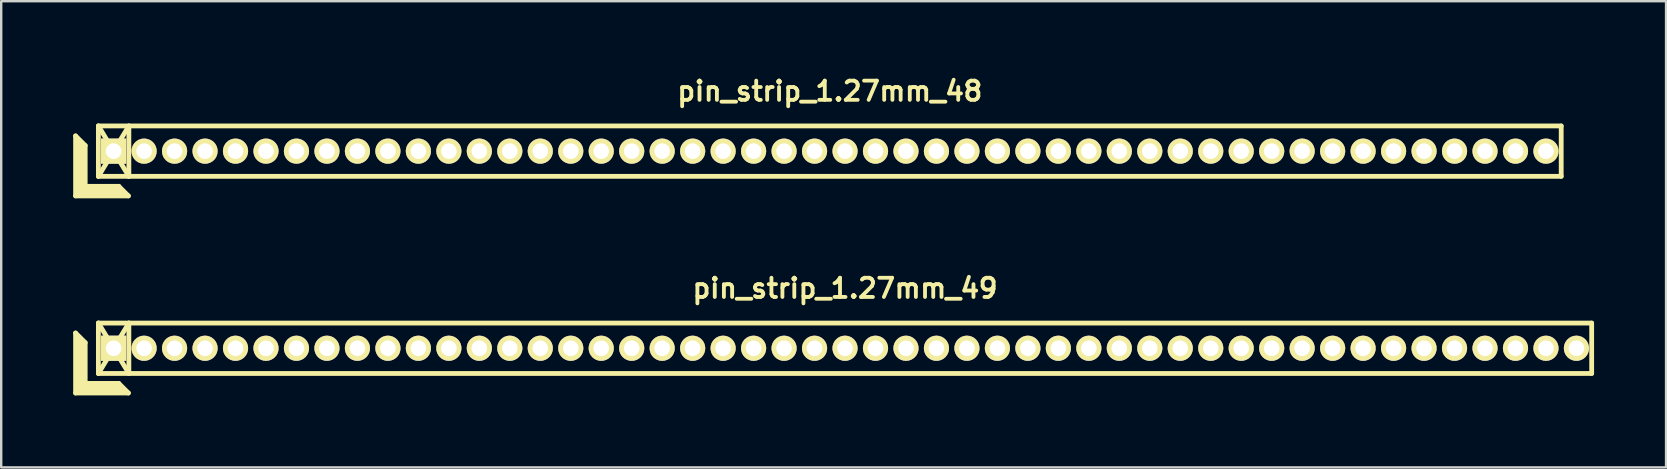
<source format=kicad_pcb>
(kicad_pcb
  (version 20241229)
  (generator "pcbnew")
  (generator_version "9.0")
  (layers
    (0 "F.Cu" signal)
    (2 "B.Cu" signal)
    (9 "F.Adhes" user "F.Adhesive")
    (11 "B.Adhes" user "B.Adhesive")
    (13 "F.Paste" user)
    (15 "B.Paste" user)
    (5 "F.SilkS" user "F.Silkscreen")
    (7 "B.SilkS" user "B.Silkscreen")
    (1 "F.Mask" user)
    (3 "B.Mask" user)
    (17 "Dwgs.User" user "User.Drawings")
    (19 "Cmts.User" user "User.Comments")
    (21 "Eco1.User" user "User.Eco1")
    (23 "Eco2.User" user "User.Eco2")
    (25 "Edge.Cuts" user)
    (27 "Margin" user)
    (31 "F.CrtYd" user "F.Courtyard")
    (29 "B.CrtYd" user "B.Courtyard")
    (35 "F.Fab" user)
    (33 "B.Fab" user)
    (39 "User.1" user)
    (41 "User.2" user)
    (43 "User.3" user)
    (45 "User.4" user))
  (footprint "pin_strip_1.27mm_49"
    (layer "F.Cu")
    (at 32.165 11.463)
    (property "Reference" "pin_strip_1.27mm_49" (at 0 -2.5 0) (layer "F.SilkS") (effects (font (size 0.8 0.8) (thickness 0.16))))
    (attr through_hole)
    (fp_line (start -32.065 -0.635) (end -32.065 1.865) (stroke (width 0.2) (type solid)) (layer "F.SilkS"))
    (fp_line (start -32.065 -0.635) (end -31.665 -0.235) (stroke (width 0.2) (type solid)) (layer "F.SilkS"))
    (fp_line (start -32.065 1.865) (end -29.865 1.865) (stroke (width 0.2) (type solid)) (layer "F.SilkS"))
    (fp_line (start -31.965 1.765) (end -31.965 -0.435) (stroke (width 0.2) (type solid)) (layer "F.SilkS"))
    (fp_line (start -31.965 1.765) (end -30.065 1.765) (stroke (width 0.2) (type solid)) (layer "F.SilkS"))
    (fp_line (start -31.865 1.665) (end -31.865 -0.335) (stroke (width 0.2) (type solid)) (layer "F.SilkS"))
    (fp_line (start -31.865 1.665) (end -30.165 1.665) (stroke (width 0.2) (type solid)) (layer "F.SilkS"))
    (fp_line (start -31.765 1.565) (end -31.765 -0.235) (stroke (width 0.2) (type solid)) (layer "F.SilkS"))
    (fp_line (start -31.765 1.565) (end -30.265 1.565) (stroke (width 0.2) (type solid)) (layer "F.SilkS"))
    (fp_line (start -31.665 1.465) (end -31.665 -0.235) (stroke (width 0.2) (type solid)) (layer "F.SilkS"))
    (fp_line (start -31.665 1.465) (end -30.265 1.465) (stroke (width 0.2) (type solid)) (layer "F.SilkS"))
    (fp_line (start -31.115 -1.05) (end -29.845 1.05) (stroke (width 0.2) (type solid)) (layer "F.SilkS"))
    (fp_line (start -31.115 -1.05) (end 31.115 -1.05) (stroke (width 0.2) (type solid)) (layer "F.SilkS"))
    (fp_line (start -31.115 1.05) (end -31.115 -1.05) (stroke (width 0.2) (type solid)) (layer "F.SilkS"))
    (fp_line (start -31.115 1.05) (end -29.845 -1.05) (stroke (width 0.2) (type solid)) (layer "F.SilkS"))
    (fp_line (start -30.265 1.465) (end -29.865 1.865) (stroke (width 0.2) (type solid)) (layer "F.SilkS"))
    (fp_line (start -29.845 -1.05) (end -29.845 1.05) (stroke (width 0.2) (type solid)) (layer "F.SilkS"))
    (fp_line (start 31.115 -1.05) (end 31.115 1.05) (stroke (width 0.2) (type solid)) (layer "F.SilkS"))
    (fp_line (start 31.115 1.05) (end -31.115 1.05) (stroke (width 0.2) (type solid)) (layer "F.SilkS"))
    (pad "1" thru_hole rect (at -30.48 0) (size 1.05 1.05) (drill 0.65) (layers "*.Cu" "*.Mask" "F.SilkS"))
    (pad "2" thru_hole oval (at -29.21 0) (size 1.05 1.05) (drill 0.65) (layers "*.Cu" "*.Mask" "F.SilkS"))
    (pad "3" thru_hole oval (at -27.94 0) (size 1.05 1.05) (drill 0.65) (layers "*.Cu" "*.Mask" "F.SilkS"))
    (pad "4" thru_hole oval (at -26.67 0) (size 1.05 1.05) (drill 0.65) (layers "*.Cu" "*.Mask" "F.SilkS"))
    (pad "5" thru_hole oval (at -25.4 0) (size 1.05 1.05) (drill 0.65) (layers "*.Cu" "*.Mask" "F.SilkS"))
    (pad "6" thru_hole oval (at -24.13 0) (size 1.05 1.05) (drill 0.65) (layers "*.Cu" "*.Mask" "F.SilkS"))
    (pad "7" thru_hole oval (at -22.86 0) (size 1.05 1.05) (drill 0.65) (layers "*.Cu" "*.Mask" "F.SilkS"))
    (pad "8" thru_hole oval (at -21.59 0) (size 1.05 1.05) (drill 0.65) (layers "*.Cu" "*.Mask" "F.SilkS"))
    (pad "9" thru_hole oval (at -20.32 0) (size 1.05 1.05) (drill 0.65) (layers "*.Cu" "*.Mask" "F.SilkS"))
    (pad "10" thru_hole oval (at -19.05 0) (size 1.05 1.05) (drill 0.65) (layers "*.Cu" "*.Mask" "F.SilkS"))
    (pad "11" thru_hole oval (at -17.78 0) (size 1.05 1.05) (drill 0.65) (layers "*.Cu" "*.Mask" "F.SilkS"))
    (pad "12" thru_hole oval (at -16.51 0) (size 1.05 1.05) (drill 0.65) (layers "*.Cu" "*.Mask" "F.SilkS"))
    (pad "13" thru_hole oval (at -15.24 0) (size 1.05 1.05) (drill 0.65) (layers "*.Cu" "*.Mask" "F.SilkS"))
    (pad "14" thru_hole oval (at -13.97 0) (size 1.05 1.05) (drill 0.65) (layers "*.Cu" "*.Mask" "F.SilkS"))
    (pad "15" thru_hole oval (at -12.7 0) (size 1.05 1.05) (drill 0.65) (layers "*.Cu" "*.Mask" "F.SilkS"))
    (pad "16" thru_hole oval (at -11.43 0) (size 1.05 1.05) (drill 0.65) (layers "*.Cu" "*.Mask" "F.SilkS"))
    (pad "17" thru_hole oval (at -10.16 0) (size 1.05 1.05) (drill 0.65) (layers "*.Cu" "*.Mask" "F.SilkS"))
    (pad "18" thru_hole oval (at -8.89 0) (size 1.05 1.05) (drill 0.65) (layers "*.Cu" "*.Mask" "F.SilkS"))
    (pad "19" thru_hole oval (at -7.62 0) (size 1.05 1.05) (drill 0.65) (layers "*.Cu" "*.Mask" "F.SilkS"))
    (pad "20" thru_hole oval (at -6.35 0) (size 1.05 1.05) (drill 0.65) (layers "*.Cu" "*.Mask" "F.SilkS"))
    (pad "21" thru_hole oval (at -5.08 0) (size 1.05 1.05) (drill 0.65) (layers "*.Cu" "*.Mask" "F.SilkS"))
    (pad "22" thru_hole oval (at -3.81 0) (size 1.05 1.05) (drill 0.65) (layers "*.Cu" "*.Mask" "F.SilkS"))
    (pad "23" thru_hole oval (at -2.54 0) (size 1.05 1.05) (drill 0.65) (layers "*.Cu" "*.Mask" "F.SilkS"))
    (pad "24" thru_hole oval (at -1.27 0) (size 1.05 1.05) (drill 0.65) (layers "*.Cu" "*.Mask" "F.SilkS"))
    (pad "25" thru_hole oval (at 0 0) (size 1.05 1.05) (drill 0.65) (layers "*.Cu" "*.Mask" "F.SilkS"))
    (pad "26" thru_hole oval (at 1.27 0) (size 1.05 1.05) (drill 0.65) (layers "*.Cu" "*.Mask" "F.SilkS"))
    (pad "27" thru_hole oval (at 2.54 0) (size 1.05 1.05) (drill 0.65) (layers "*.Cu" "*.Mask" "F.SilkS"))
    (pad "28" thru_hole oval (at 3.81 0) (size 1.05 1.05) (drill 0.65) (layers "*.Cu" "*.Mask" "F.SilkS"))
    (pad "29" thru_hole oval (at 5.08 0) (size 1.05 1.05) (drill 0.65) (layers "*.Cu" "*.Mask" "F.SilkS"))
    (pad "30" thru_hole oval (at 6.35 0) (size 1.05 1.05) (drill 0.65) (layers "*.Cu" "*.Mask" "F.SilkS"))
    (pad "31" thru_hole oval (at 7.62 0) (size 1.05 1.05) (drill 0.65) (layers "*.Cu" "*.Mask" "F.SilkS"))
    (pad "32" thru_hole oval (at 8.89 0) (size 1.05 1.05) (drill 0.65) (layers "*.Cu" "*.Mask" "F.SilkS"))
    (pad "33" thru_hole oval (at 10.16 0) (size 1.05 1.05) (drill 0.65) (layers "*.Cu" "*.Mask" "F.SilkS"))
    (pad "34" thru_hole oval (at 11.43 0) (size 1.05 1.05) (drill 0.65) (layers "*.Cu" "*.Mask" "F.SilkS"))
    (pad "35" thru_hole oval (at 12.7 0) (size 1.05 1.05) (drill 0.65) (layers "*.Cu" "*.Mask" "F.SilkS"))
    (pad "36" thru_hole oval (at 13.97 0) (size 1.05 1.05) (drill 0.65) (layers "*.Cu" "*.Mask" "F.SilkS"))
    (pad "37" thru_hole oval (at 15.24 0) (size 1.05 1.05) (drill 0.65) (layers "*.Cu" "*.Mask" "F.SilkS"))
    (pad "38" thru_hole oval (at 16.51 0) (size 1.05 1.05) (drill 0.65) (layers "*.Cu" "*.Mask" "F.SilkS"))
    (pad "39" thru_hole oval (at 17.78 0) (size 1.05 1.05) (drill 0.65) (layers "*.Cu" "*.Mask" "F.SilkS"))
    (pad "40" thru_hole oval (at 19.05 0) (size 1.05 1.05) (drill 0.65) (layers "*.Cu" "*.Mask" "F.SilkS"))
    (pad "41" thru_hole oval (at 20.32 0) (size 1.05 1.05) (drill 0.65) (layers "*.Cu" "*.Mask" "F.SilkS"))
    (pad "42" thru_hole oval (at 21.59 0) (size 1.05 1.05) (drill 0.65) (layers "*.Cu" "*.Mask" "F.SilkS"))
    (pad "43" thru_hole oval (at 22.86 0) (size 1.05 1.05) (drill 0.65) (layers "*.Cu" "*.Mask" "F.SilkS"))
    (pad "44" thru_hole oval (at 24.13 0) (size 1.05 1.05) (drill 0.65) (layers "*.Cu" "*.Mask" "F.SilkS"))
    (pad "45" thru_hole oval (at 25.4 0) (size 1.05 1.05) (drill 0.65) (layers "*.Cu" "*.Mask" "F.SilkS"))
    (pad "46" thru_hole oval (at 26.67 0) (size 1.05 1.05) (drill 0.65) (layers "*.Cu" "*.Mask" "F.SilkS"))
    (pad "47" thru_hole oval (at 27.94 0) (size 1.05 1.05) (drill 0.65) (layers "*.Cu" "*.Mask" "F.SilkS"))
    (pad "48" thru_hole oval (at 29.21 0) (size 1.05 1.05) (drill 0.65) (layers "*.Cu" "*.Mask" "F.SilkS"))
    (pad "49" thru_hole oval (at 30.48 0) (size 1.05 1.05) (drill 0.65) (layers "*.Cu" "*.Mask" "F.SilkS")))
  (footprint "pin_strip_1.27mm_48"
    (layer "F.Cu")
    (at 31.53 3.249)
    (property "Reference" "pin_strip_1.27mm_48" (at 0 -2.5 0) (layer "F.SilkS") (effects (font (size 0.8 0.8) (thickness 0.16))))
    (attr through_hole)
    (fp_line (start -31.43 -0.635) (end -31.43 1.865) (stroke (width 0.2) (type solid)) (layer "F.SilkS"))
    (fp_line (start -31.43 -0.635) (end -31.03 -0.235) (stroke (width 0.2) (type solid)) (layer "F.SilkS"))
    (fp_line (start -31.43 1.865) (end -29.23 1.865) (stroke (width 0.2) (type solid)) (layer "F.SilkS"))
    (fp_line (start -31.33 1.765) (end -31.33 -0.435) (stroke (width 0.2) (type solid)) (layer "F.SilkS"))
    (fp_line (start -31.33 1.765) (end -29.43 1.765) (stroke (width 0.2) (type solid)) (layer "F.SilkS"))
    (fp_line (start -31.23 1.665) (end -31.23 -0.335) (stroke (width 0.2) (type solid)) (layer "F.SilkS"))
    (fp_line (start -31.23 1.665) (end -29.53 1.665) (stroke (width 0.2) (type solid)) (layer "F.SilkS"))
    (fp_line (start -31.13 1.565) (end -31.13 -0.235) (stroke (width 0.2) (type solid)) (layer "F.SilkS"))
    (fp_line (start -31.13 1.565) (end -29.63 1.565) (stroke (width 0.2) (type solid)) (layer "F.SilkS"))
    (fp_line (start -31.03 1.465) (end -31.03 -0.235) (stroke (width 0.2) (type solid)) (layer "F.SilkS"))
    (fp_line (start -31.03 1.465) (end -29.63 1.465) (stroke (width 0.2) (type solid)) (layer "F.SilkS"))
    (fp_line (start -30.48 -1.05) (end -29.21 1.05) (stroke (width 0.2) (type solid)) (layer "F.SilkS"))
    (fp_line (start -30.48 -1.05) (end 30.48 -1.05) (stroke (width 0.2) (type solid)) (layer "F.SilkS"))
    (fp_line (start -30.48 1.05) (end -30.48 -1.05) (stroke (width 0.2) (type solid)) (layer "F.SilkS"))
    (fp_line (start -30.48 1.05) (end -29.21 -1.05) (stroke (width 0.2) (type solid)) (layer "F.SilkS"))
    (fp_line (start -29.63 1.465) (end -29.23 1.865) (stroke (width 0.2) (type solid)) (layer "F.SilkS"))
    (fp_line (start -29.21 -1.05) (end -29.21 1.05) (stroke (width 0.2) (type solid)) (layer "F.SilkS"))
    (fp_line (start 30.48 -1.05) (end 30.48 1.05) (stroke (width 0.2) (type solid)) (layer "F.SilkS"))
    (fp_line (start 30.48 1.05) (end -30.48 1.05) (stroke (width 0.2) (type solid)) (layer "F.SilkS"))
    (pad "1" thru_hole rect (at -29.845 0) (size 1.05 1.05) (drill 0.65) (layers "*.Cu" "*.Mask" "F.SilkS"))
    (pad "2" thru_hole oval (at -28.575 0) (size 1.05 1.05) (drill 0.65) (layers "*.Cu" "*.Mask" "F.SilkS"))
    (pad "3" thru_hole oval (at -27.305 0) (size 1.05 1.05) (drill 0.65) (layers "*.Cu" "*.Mask" "F.SilkS"))
    (pad "4" thru_hole oval (at -26.035 0) (size 1.05 1.05) (drill 0.65) (layers "*.Cu" "*.Mask" "F.SilkS"))
    (pad "5" thru_hole oval (at -24.765 0) (size 1.05 1.05) (drill 0.65) (layers "*.Cu" "*.Mask" "F.SilkS"))
    (pad "6" thru_hole oval (at -23.495 0) (size 1.05 1.05) (drill 0.65) (layers "*.Cu" "*.Mask" "F.SilkS"))
    (pad "7" thru_hole oval (at -22.225 0) (size 1.05 1.05) (drill 0.65) (layers "*.Cu" "*.Mask" "F.SilkS"))
    (pad "8" thru_hole oval (at -20.955 0) (size 1.05 1.05) (drill 0.65) (layers "*.Cu" "*.Mask" "F.SilkS"))
    (pad "9" thru_hole oval (at -19.685 0) (size 1.05 1.05) (drill 0.65) (layers "*.Cu" "*.Mask" "F.SilkS"))
    (pad "10" thru_hole oval (at -18.415 0) (size 1.05 1.05) (drill 0.65) (layers "*.Cu" "*.Mask" "F.SilkS"))
    (pad "11" thru_hole oval (at -17.145 0) (size 1.05 1.05) (drill 0.65) (layers "*.Cu" "*.Mask" "F.SilkS"))
    (pad "12" thru_hole oval (at -15.875 0) (size 1.05 1.05) (drill 0.65) (layers "*.Cu" "*.Mask" "F.SilkS"))
    (pad "13" thru_hole oval (at -14.605 0) (size 1.05 1.05) (drill 0.65) (layers "*.Cu" "*.Mask" "F.SilkS"))
    (pad "14" thru_hole oval (at -13.335 0) (size 1.05 1.05) (drill 0.65) (layers "*.Cu" "*.Mask" "F.SilkS"))
    (pad "15" thru_hole oval (at -12.065 0) (size 1.05 1.05) (drill 0.65) (layers "*.Cu" "*.Mask" "F.SilkS"))
    (pad "16" thru_hole oval (at -10.795 0) (size 1.05 1.05) (drill 0.65) (layers "*.Cu" "*.Mask" "F.SilkS"))
    (pad "17" thru_hole oval (at -9.525 0) (size 1.05 1.05) (drill 0.65) (layers "*.Cu" "*.Mask" "F.SilkS"))
    (pad "18" thru_hole oval (at -8.255 0) (size 1.05 1.05) (drill 0.65) (layers "*.Cu" "*.Mask" "F.SilkS"))
    (pad "19" thru_hole oval (at -6.985 0) (size 1.05 1.05) (drill 0.65) (layers "*.Cu" "*.Mask" "F.SilkS"))
    (pad "20" thru_hole oval (at -5.715 0) (size 1.05 1.05) (drill 0.65) (layers "*.Cu" "*.Mask" "F.SilkS"))
    (pad "21" thru_hole oval (at -4.445 0) (size 1.05 1.05) (drill 0.65) (layers "*.Cu" "*.Mask" "F.SilkS"))
    (pad "22" thru_hole oval (at -3.175 0) (size 1.05 1.05) (drill 0.65) (layers "*.Cu" "*.Mask" "F.SilkS"))
    (pad "23" thru_hole oval (at -1.905 0) (size 1.05 1.05) (drill 0.65) (layers "*.Cu" "*.Mask" "F.SilkS"))
    (pad "24" thru_hole oval (at -0.635 0) (size 1.05 1.05) (drill 0.65) (layers "*.Cu" "*.Mask" "F.SilkS"))
    (pad "25" thru_hole oval (at 0.635 0) (size 1.05 1.05) (drill 0.65) (layers "*.Cu" "*.Mask" "F.SilkS"))
    (pad "26" thru_hole oval (at 1.905 0) (size 1.05 1.05) (drill 0.65) (layers "*.Cu" "*.Mask" "F.SilkS"))
    (pad "27" thru_hole oval (at 3.175 0) (size 1.05 1.05) (drill 0.65) (layers "*.Cu" "*.Mask" "F.SilkS"))
    (pad "28" thru_hole oval (at 4.445 0) (size 1.05 1.05) (drill 0.65) (layers "*.Cu" "*.Mask" "F.SilkS"))
    (pad "29" thru_hole oval (at 5.715 0) (size 1.05 1.05) (drill 0.65) (layers "*.Cu" "*.Mask" "F.SilkS"))
    (pad "30" thru_hole oval (at 6.985 0) (size 1.05 1.05) (drill 0.65) (layers "*.Cu" "*.Mask" "F.SilkS"))
    (pad "31" thru_hole oval (at 8.255 0) (size 1.05 1.05) (drill 0.65) (layers "*.Cu" "*.Mask" "F.SilkS"))
    (pad "32" thru_hole oval (at 9.525 0) (size 1.05 1.05) (drill 0.65) (layers "*.Cu" "*.Mask" "F.SilkS"))
    (pad "33" thru_hole oval (at 10.795 0) (size 1.05 1.05) (drill 0.65) (layers "*.Cu" "*.Mask" "F.SilkS"))
    (pad "34" thru_hole oval (at 12.065 0) (size 1.05 1.05) (drill 0.65) (layers "*.Cu" "*.Mask" "F.SilkS"))
    (pad "35" thru_hole oval (at 13.335 0) (size 1.05 1.05) (drill 0.65) (layers "*.Cu" "*.Mask" "F.SilkS"))
    (pad "36" thru_hole oval (at 14.605 0) (size 1.05 1.05) (drill 0.65) (layers "*.Cu" "*.Mask" "F.SilkS"))
    (pad "37" thru_hole oval (at 15.875 0) (size 1.05 1.05) (drill 0.65) (layers "*.Cu" "*.Mask" "F.SilkS"))
    (pad "38" thru_hole oval (at 17.145 0) (size 1.05 1.05) (drill 0.65) (layers "*.Cu" "*.Mask" "F.SilkS"))
    (pad "39" thru_hole oval (at 18.415 0) (size 1.05 1.05) (drill 0.65) (layers "*.Cu" "*.Mask" "F.SilkS"))
    (pad "40" thru_hole oval (at 19.685 0) (size 1.05 1.05) (drill 0.65) (layers "*.Cu" "*.Mask" "F.SilkS"))
    (pad "41" thru_hole oval (at 20.955 0) (size 1.05 1.05) (drill 0.65) (layers "*.Cu" "*.Mask" "F.SilkS"))
    (pad "42" thru_hole oval (at 22.225 0) (size 1.05 1.05) (drill 0.65) (layers "*.Cu" "*.Mask" "F.SilkS"))
    (pad "43" thru_hole oval (at 23.495 0) (size 1.05 1.05) (drill 0.65) (layers "*.Cu" "*.Mask" "F.SilkS"))
    (pad "44" thru_hole oval (at 24.765 0) (size 1.05 1.05) (drill 0.65) (layers "*.Cu" "*.Mask" "F.SilkS"))
    (pad "45" thru_hole oval (at 26.035 0) (size 1.05 1.05) (drill 0.65) (layers "*.Cu" "*.Mask" "F.SilkS"))
    (pad "46" thru_hole oval (at 27.305 0) (size 1.05 1.05) (drill 0.65) (layers "*.Cu" "*.Mask" "F.SilkS"))
    (pad "47" thru_hole oval (at 28.575 0) (size 1.05 1.05) (drill 0.65) (layers "*.Cu" "*.Mask" "F.SilkS"))
    (pad "48" thru_hole oval (at 29.845 0) (size 1.05 1.05) (drill 0.65) (layers "*.Cu" "*.Mask" "F.SilkS")))
  (gr_rect
    (start -3 -3)
    (end 66.38 16.428)
    (stroke (width 0.1) (type default))
    (fill no)
    (layer "Edge.Cuts")))
</source>
